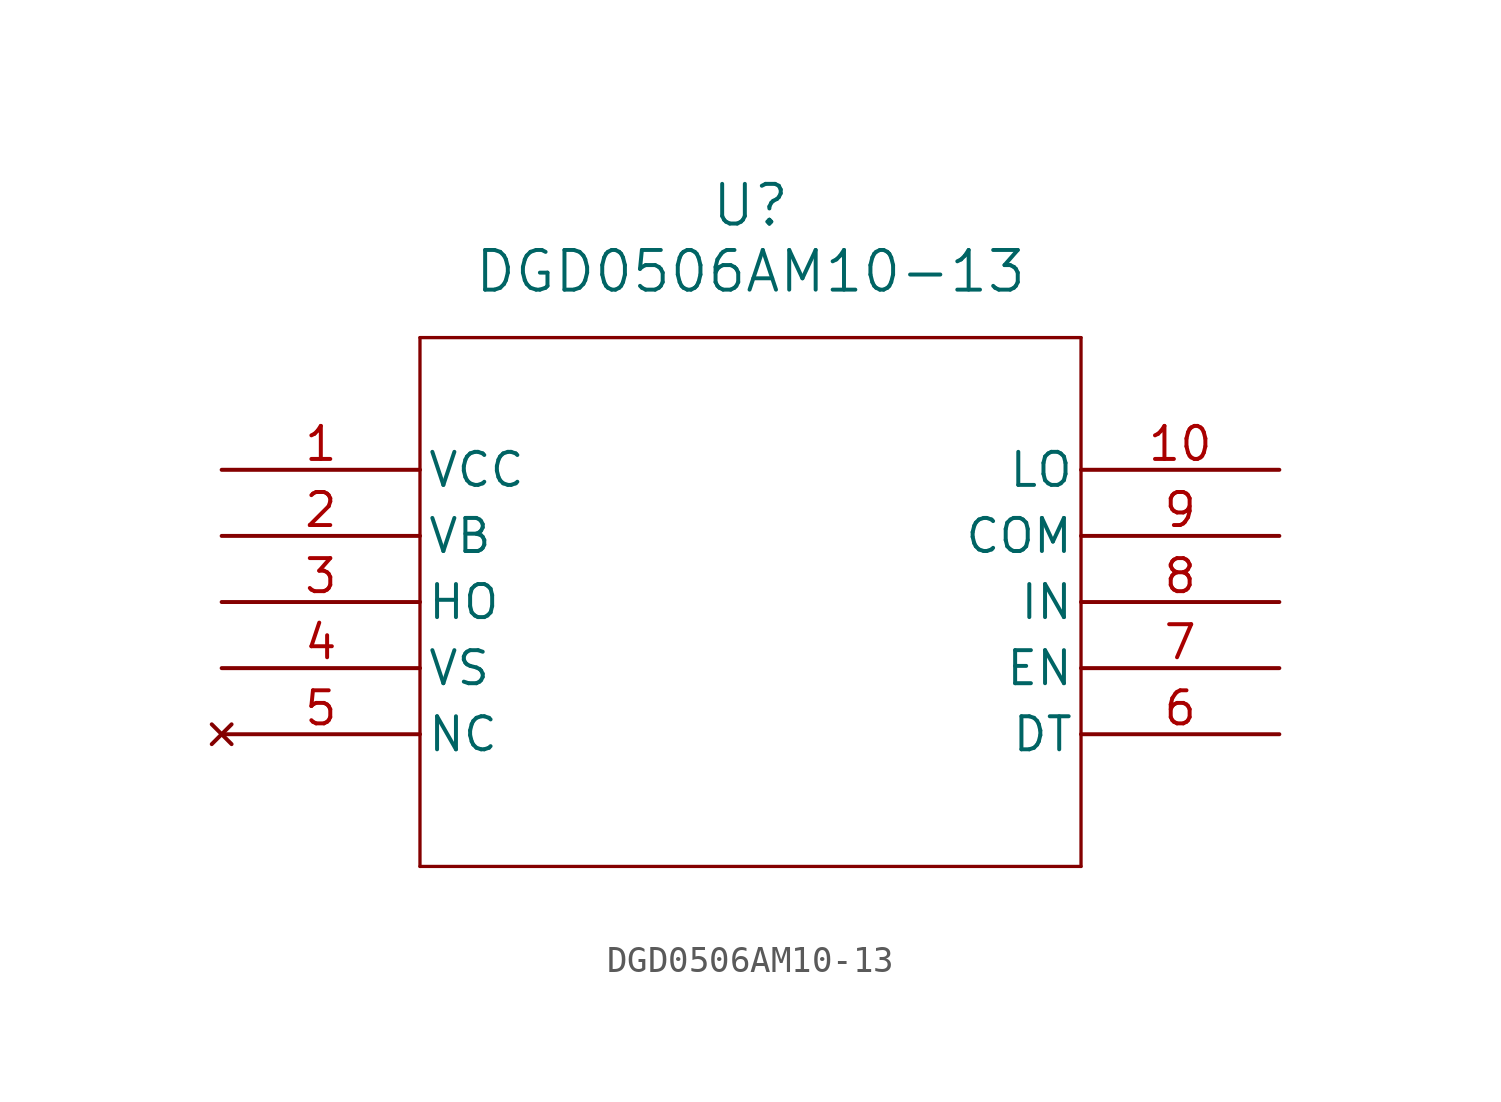
<source format=kicad_sym>
(kicad_symbol_lib
  (version 20211014)
  (generator kicad_symbol_editor)
  (symbol "DGD0506AM10-13"
    (pin_names
      (offset 0.254))
    (property "Reference" "U"
      (at 20.32 10.16 0)
      (effects (font (size 1.524 1.524))))
    (property "Value" "DGD0506AM10-13"
      (at 20.32 7.62 0)
      (effects (font (size 1.524 1.524))))
    (symbol "DGD0506AM10-13_0_1"
      (polyline (pts (xy 7.62 5.08) (xy 7.62 -15.24)) (stroke (width 0.127) (type default) (color 0 0 0 0)) (fill (type none)))
      (polyline (pts (xy 7.62 -15.24) (xy 33.02 -15.24)) (stroke (width 0.127) (type default) (color 0 0 0 0)) (fill (type none)))
      (polyline (pts (xy 33.02 -15.24) (xy 33.02 5.08)) (stroke (width 0.127) (type default) (color 0 0 0 0)) (fill (type none)))
      (polyline (pts (xy 33.02 5.08) (xy 7.62 5.08)) (stroke (width 0.127) (type default) (color 0 0 0 0)) (fill (type none)))
      (pin power_in line (at 0 0 0) (length 7.62) (name "VCC" (effects (font (size 1.27 1.27)))) (number "1" (effects (font (size 1.27 1.27)))))
      (pin unspecified line (at 0 -2.54 0) (length 7.62) (name "VB" (effects (font (size 1.27 1.27)))) (number "2" (effects (font (size 1.27 1.27)))))
      (pin unspecified line (at 0 -5.08 0) (length 7.62) (name "HO" (effects (font (size 1.27 1.27)))) (number "3" (effects (font (size 1.27 1.27)))))
      (pin unspecified line (at 0 -7.62 0) (length 7.62) (name "VS" (effects (font (size 1.27 1.27)))) (number "4" (effects (font (size 1.27 1.27)))))
      (pin no_connect line (at 0 -10.16 0) (length 7.62) (name "NC" (effects (font (size 1.27 1.27)))) (number "5" (effects (font (size 1.27 1.27)))))
      (pin unspecified line (at 40.64 -10.16 180) (length 7.62) (name "DT" (effects (font (size 1.27 1.27)))) (number "6" (effects (font (size 1.27 1.27)))))
      (pin unspecified line (at 40.64 -7.62 180) (length 7.62) (name "EN" (effects (font (size 1.27 1.27)))) (number "7" (effects (font (size 1.27 1.27)))))
      (pin unspecified line (at 40.64 -5.08 180) (length 7.62) (name "IN" (effects (font (size 1.27 1.27)))) (number "8" (effects (font (size 1.27 1.27)))))
      (pin unspecified line (at 40.64 -2.54 180) (length 7.62) (name "COM" (effects (font (size 1.27 1.27)))) (number "9" (effects (font (size 1.27 1.27)))))
      (pin unspecified line (at 40.64 0 180) (length 7.62) (name "LO" (effects (font (size 1.27 1.27)))) (number "10" (effects (font (size 1.27 1.27))))))))
</source>
